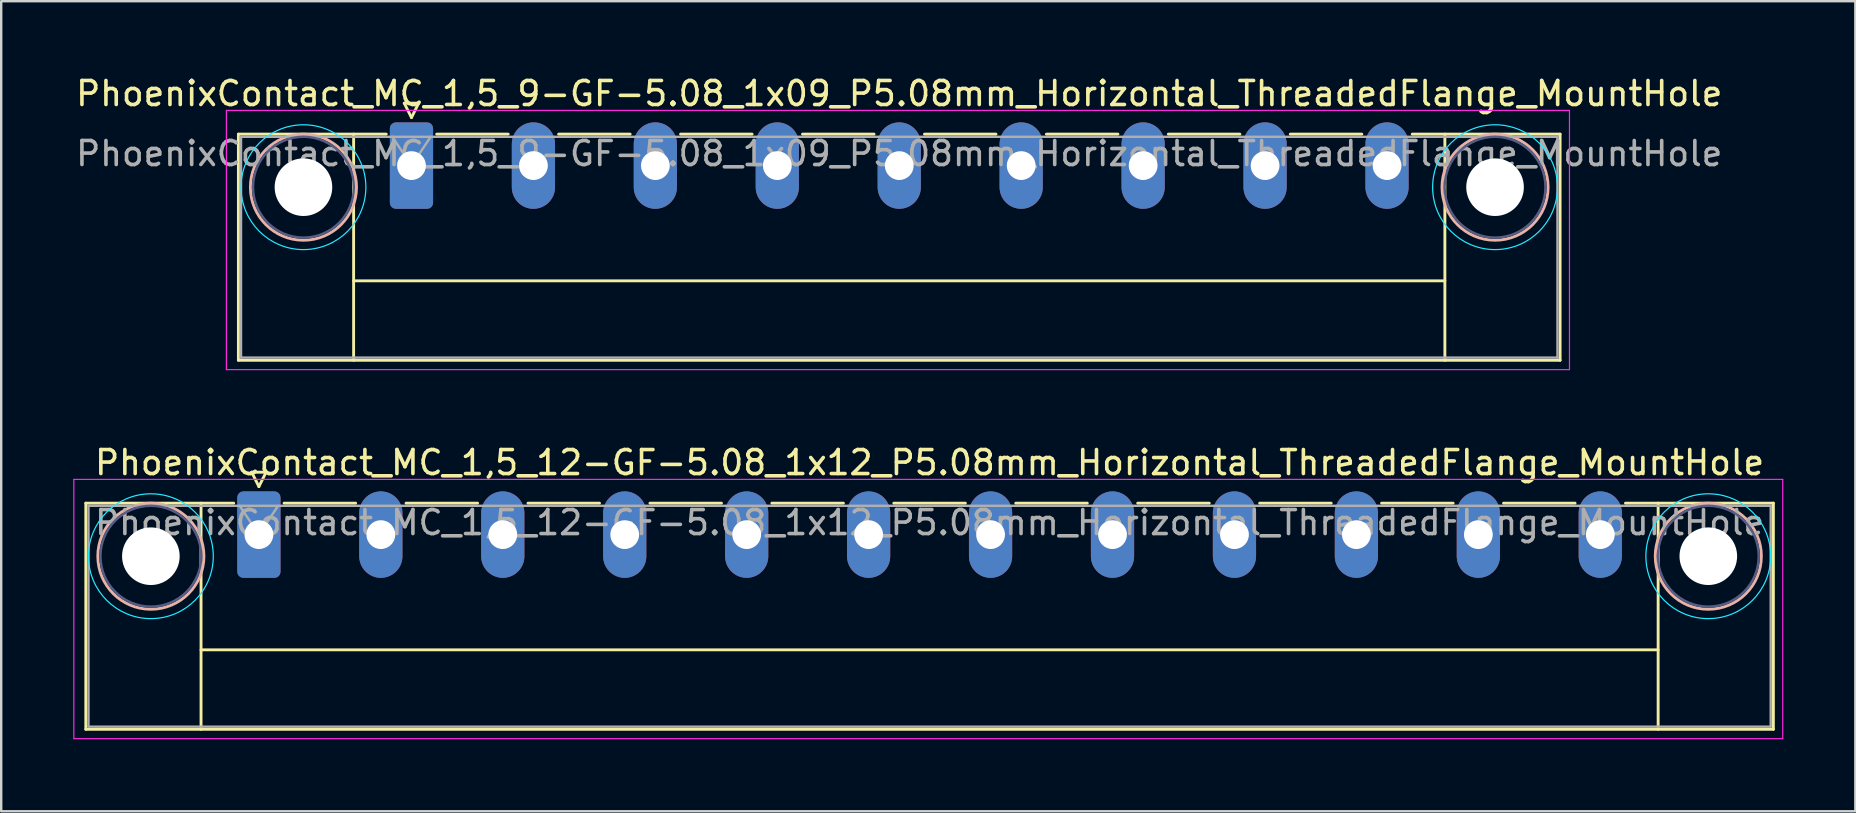
<source format=kicad_pcb>
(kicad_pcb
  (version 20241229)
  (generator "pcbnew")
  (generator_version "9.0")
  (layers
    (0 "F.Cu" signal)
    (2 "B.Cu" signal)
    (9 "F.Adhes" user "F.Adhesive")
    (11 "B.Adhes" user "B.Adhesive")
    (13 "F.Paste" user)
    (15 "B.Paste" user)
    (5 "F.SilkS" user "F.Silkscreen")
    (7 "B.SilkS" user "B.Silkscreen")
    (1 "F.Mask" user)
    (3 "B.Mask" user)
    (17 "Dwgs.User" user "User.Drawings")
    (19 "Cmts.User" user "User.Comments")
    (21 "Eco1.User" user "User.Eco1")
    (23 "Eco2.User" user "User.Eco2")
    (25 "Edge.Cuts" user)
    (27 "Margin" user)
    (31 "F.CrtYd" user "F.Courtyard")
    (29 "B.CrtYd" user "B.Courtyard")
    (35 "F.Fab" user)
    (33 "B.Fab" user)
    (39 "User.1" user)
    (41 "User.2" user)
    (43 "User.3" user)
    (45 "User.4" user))
  (footprint "PhoenixContact_MC_1,5_12-GF-5.08_1x12_P5.08mm_Horizontal_ThreadedFlange_MountHole"
    (layer "F.Cu")
    (at 7.735 19.221)
    (property "Reference" "PhoenixContact_MC_1,5_12-GF-5.08_1x12_P5.08mm_Horizontal_ThreadedFlange_MountHole" (at 27.94 -3 0) (layer "F.SilkS") (effects (font (size 1 1) (thickness 0.15))))
    (attr through_hole)
    (fp_line (start -7.21 -1.31) (end -7.21 8.11) (stroke (width 0.12) (type solid)) (layer "F.SilkS"))
    (fp_line (start -7.21 -1.31) (end -1.05 -1.31) (stroke (width 0.12) (type solid)) (layer "F.SilkS"))
    (fp_line (start -7.21 8.11) (end 63.09 8.11) (stroke (width 0.12) (type solid)) (layer "F.SilkS"))
    (fp_line (start -2.41 -1.31) (end -2.41 8.11) (stroke (width 0.12) (type solid)) (layer "F.SilkS"))
    (fp_line (start -2.41 4.8) (end 58.29 4.8) (stroke (width 0.12) (type solid)) (layer "F.SilkS"))
    (fp_line (start -0.3 -2.6) (end 0.3 -2.6) (stroke (width 0.12) (type solid)) (layer "F.SilkS"))
    (fp_line (start 0 -2) (end -0.3 -2.6) (stroke (width 0.12) (type solid)) (layer "F.SilkS"))
    (fp_line (start 0.3 -2.6) (end 0 -2) (stroke (width 0.12) (type solid)) (layer "F.SilkS"))
    (fp_line (start 1.05 -1.31) (end 4.03 -1.31) (stroke (width 0.12) (type solid)) (layer "F.SilkS"))
    (fp_line (start 6.13 -1.31) (end 9.11 -1.31) (stroke (width 0.12) (type solid)) (layer "F.SilkS"))
    (fp_line (start 11.21 -1.31) (end 14.19 -1.31) (stroke (width 0.12) (type solid)) (layer "F.SilkS"))
    (fp_line (start 16.29 -1.31) (end 19.27 -1.31) (stroke (width 0.12) (type solid)) (layer "F.SilkS"))
    (fp_line (start 21.37 -1.31) (end 24.35 -1.31) (stroke (width 0.12) (type solid)) (layer "F.SilkS"))
    (fp_line (start 26.45 -1.31) (end 29.43 -1.31) (stroke (width 0.12) (type solid)) (layer "F.SilkS"))
    (fp_line (start 31.53 -1.31) (end 34.51 -1.31) (stroke (width 0.12) (type solid)) (layer "F.SilkS"))
    (fp_line (start 36.61 -1.31) (end 39.59 -1.31) (stroke (width 0.12) (type solid)) (layer "F.SilkS"))
    (fp_line (start 41.69 -1.31) (end 44.67 -1.31) (stroke (width 0.12) (type solid)) (layer "F.SilkS"))
    (fp_line (start 46.77 -1.31) (end 49.75 -1.31) (stroke (width 0.12) (type solid)) (layer "F.SilkS"))
    (fp_line (start 51.85 -1.31) (end 54.83 -1.31) (stroke (width 0.12) (type solid)) (layer "F.SilkS"))
    (fp_line (start 58.29 -1.31) (end 58.29 8.11) (stroke (width 0.12) (type solid)) (layer "F.SilkS"))
    (fp_line (start 63.09 -1.31) (end 56.93 -1.31) (stroke (width 0.12) (type solid)) (layer "F.SilkS"))
    (fp_line (start 63.09 8.11) (end 63.09 -1.31) (stroke (width 0.12) (type solid)) (layer "F.SilkS"))
    (fp_circle (center -4.5 0.9) (end -2.29 0.9) (stroke (width 0.12) (type solid)) (fill no) (layer "B.SilkS"))
    (fp_circle (center 60.38 0.9) (end 62.59 0.9) (stroke (width 0.12) (type solid)) (fill no) (layer "B.SilkS"))
    (fp_circle (center -4.5 0.9) (end -1.9 0.9) (stroke (width 0.05) (type solid)) (fill no) (layer "B.CrtYd"))
    (fp_circle (center 60.38 0.9) (end 62.98 0.9) (stroke (width 0.05) (type solid)) (fill no) (layer "B.CrtYd"))
    (fp_line (start -7.71 -2.3) (end -7.71 8.5) (stroke (width 0.05) (type solid)) (layer "F.CrtYd"))
    (fp_line (start -7.71 8.5) (end 63.48 8.5) (stroke (width 0.05) (type solid)) (layer "F.CrtYd"))
    (fp_line (start 63.48 -2.3) (end -7.71 -2.3) (stroke (width 0.05) (type solid)) (layer "F.CrtYd"))
    (fp_line (start 63.48 8.5) (end 63.48 -2.3) (stroke (width 0.05) (type solid)) (layer "F.CrtYd"))
    (fp_circle (center -4.5 0.9) (end -2.4 0.9) (stroke (width 0.1) (type solid)) (fill no) (layer "B.Fab"))
    (fp_circle (center 60.38 0.9) (end 62.48 0.9) (stroke (width 0.1) (type solid)) (fill no) (layer "B.Fab"))
    (fp_line (start -7.1 -1.2) (end -7.1 8) (stroke (width 0.1) (type solid)) (layer "F.Fab"))
    (fp_line (start -7.1 8) (end 62.98 8) (stroke (width 0.1) (type solid)) (layer "F.Fab"))
    (fp_line (start 0 0) (end -0.8 -1.2) (stroke (width 0.1) (type solid)) (layer "F.Fab"))
    (fp_line (start 0.8 -1.2) (end 0 0) (stroke (width 0.1) (type solid)) (layer "F.Fab"))
    (fp_line (start 62.98 -1.2) (end -7.1 -1.2) (stroke (width 0.1) (type solid)) (layer "F.Fab"))
    (fp_line (start 62.98 8) (end 62.98 -1.2) (stroke (width 0.1) (type solid)) (layer "F.Fab"))
    (fp_text user "${REFERENCE}" (at 27.94 -0.5 0) (layer "F.Fab") (effects (font (size 1 1) (thickness 0.15))))
    (pad "" np_thru_hole circle (at -4.5 0.9) (size 2.4 2.4) (drill 2.4) (layers "*.Cu" "*.Mask"))
    (pad "" np_thru_hole circle (at 60.38 0.9) (size 2.4 2.4) (drill 2.4) (layers "*.Cu" "*.Mask"))
    (pad "1" thru_hole roundrect (at 0 0) (size 1.8 3.6) (drill 1.2) (layers "*.Cu" "*.Mask") (roundrect_rratio 0.139))
    (pad "2" thru_hole oval (at 5.08 0) (size 1.8 3.6) (drill 1.2) (layers "*.Cu" "*.Mask"))
    (pad "3" thru_hole oval (at 10.16 0) (size 1.8 3.6) (drill 1.2) (layers "*.Cu" "*.Mask"))
    (pad "4" thru_hole oval (at 15.24 0) (size 1.8 3.6) (drill 1.2) (layers "*.Cu" "*.Mask"))
    (pad "5" thru_hole oval (at 20.32 0) (size 1.8 3.6) (drill 1.2) (layers "*.Cu" "*.Mask"))
    (pad "6" thru_hole oval (at 25.4 0) (size 1.8 3.6) (drill 1.2) (layers "*.Cu" "*.Mask"))
    (pad "7" thru_hole oval (at 30.48 0) (size 1.8 3.6) (drill 1.2) (layers "*.Cu" "*.Mask"))
    (pad "8" thru_hole oval (at 35.56 0) (size 1.8 3.6) (drill 1.2) (layers "*.Cu" "*.Mask"))
    (pad "9" thru_hole oval (at 40.64 0) (size 1.8 3.6) (drill 1.2) (layers "*.Cu" "*.Mask"))
    (pad "10" thru_hole oval (at 45.72 0) (size 1.8 3.6) (drill 1.2) (layers "*.Cu" "*.Mask"))
    (pad "11" thru_hole oval (at 50.8 0) (size 1.8 3.6) (drill 1.2) (layers "*.Cu" "*.Mask"))
    (pad "12" thru_hole oval (at 55.88 0) (size 1.8 3.6) (drill 1.2) (layers "*.Cu" "*.Mask")))
  (footprint "PhoenixContact_MC_1,5_9-GF-5.08_1x09_P5.08mm_Horizontal_ThreadedFlange_MountHole"
    (layer "F.Cu")
    (at 14.091 3.848)
    (property "Reference" "PhoenixContact_MC_1,5_9-GF-5.08_1x09_P5.08mm_Horizontal_ThreadedFlange_MountHole" (at 20.32 -3 0) (layer "F.SilkS") (effects (font (size 1 1) (thickness 0.15))))
    (attr through_hole)
    (fp_line (start -7.21 -1.31) (end -7.21 8.11) (stroke (width 0.12) (type solid)) (layer "F.SilkS"))
    (fp_line (start -7.21 -1.31) (end -1.05 -1.31) (stroke (width 0.12) (type solid)) (layer "F.SilkS"))
    (fp_line (start -7.21 8.11) (end 47.85 8.11) (stroke (width 0.12) (type solid)) (layer "F.SilkS"))
    (fp_line (start -2.41 -1.31) (end -2.41 8.11) (stroke (width 0.12) (type solid)) (layer "F.SilkS"))
    (fp_line (start -2.41 4.8) (end 43.05 4.8) (stroke (width 0.12) (type solid)) (layer "F.SilkS"))
    (fp_line (start -0.3 -2.6) (end 0.3 -2.6) (stroke (width 0.12) (type solid)) (layer "F.SilkS"))
    (fp_line (start 0 -2) (end -0.3 -2.6) (stroke (width 0.12) (type solid)) (layer "F.SilkS"))
    (fp_line (start 0.3 -2.6) (end 0 -2) (stroke (width 0.12) (type solid)) (layer "F.SilkS"))
    (fp_line (start 1.05 -1.31) (end 4.03 -1.31) (stroke (width 0.12) (type solid)) (layer "F.SilkS"))
    (fp_line (start 6.13 -1.31) (end 9.11 -1.31) (stroke (width 0.12) (type solid)) (layer "F.SilkS"))
    (fp_line (start 11.21 -1.31) (end 14.19 -1.31) (stroke (width 0.12) (type solid)) (layer "F.SilkS"))
    (fp_line (start 16.29 -1.31) (end 19.27 -1.31) (stroke (width 0.12) (type solid)) (layer "F.SilkS"))
    (fp_line (start 21.37 -1.31) (end 24.35 -1.31) (stroke (width 0.12) (type solid)) (layer "F.SilkS"))
    (fp_line (start 26.45 -1.31) (end 29.43 -1.31) (stroke (width 0.12) (type solid)) (layer "F.SilkS"))
    (fp_line (start 31.53 -1.31) (end 34.51 -1.31) (stroke (width 0.12) (type solid)) (layer "F.SilkS"))
    (fp_line (start 36.61 -1.31) (end 39.59 -1.31) (stroke (width 0.12) (type solid)) (layer "F.SilkS"))
    (fp_line (start 43.05 -1.31) (end 43.05 8.11) (stroke (width 0.12) (type solid)) (layer "F.SilkS"))
    (fp_line (start 47.85 -1.31) (end 41.69 -1.31) (stroke (width 0.12) (type solid)) (layer "F.SilkS"))
    (fp_line (start 47.85 8.11) (end 47.85 -1.31) (stroke (width 0.12) (type solid)) (layer "F.SilkS"))
    (fp_circle (center -4.5 0.9) (end -2.29 0.9) (stroke (width 0.12) (type solid)) (fill no) (layer "B.SilkS"))
    (fp_circle (center 45.14 0.9) (end 47.35 0.9) (stroke (width 0.12) (type solid)) (fill no) (layer "B.SilkS"))
    (fp_circle (center -4.5 0.9) (end -1.9 0.9) (stroke (width 0.05) (type solid)) (fill no) (layer "B.CrtYd"))
    (fp_circle (center 45.14 0.9) (end 47.74 0.9) (stroke (width 0.05) (type solid)) (fill no) (layer "B.CrtYd"))
    (fp_line (start -7.71 -2.3) (end -7.71 8.5) (stroke (width 0.05) (type solid)) (layer "F.CrtYd"))
    (fp_line (start -7.71 8.5) (end 48.24 8.5) (stroke (width 0.05) (type solid)) (layer "F.CrtYd"))
    (fp_line (start 48.24 -2.3) (end -7.71 -2.3) (stroke (width 0.05) (type solid)) (layer "F.CrtYd"))
    (fp_line (start 48.24 8.5) (end 48.24 -2.3) (stroke (width 0.05) (type solid)) (layer "F.CrtYd"))
    (fp_circle (center -4.5 0.9) (end -2.4 0.9) (stroke (width 0.1) (type solid)) (fill no) (layer "B.Fab"))
    (fp_circle (center 45.14 0.9) (end 47.24 0.9) (stroke (width 0.1) (type solid)) (fill no) (layer "B.Fab"))
    (fp_line (start -7.1 -1.2) (end -7.1 8) (stroke (width 0.1) (type solid)) (layer "F.Fab"))
    (fp_line (start -7.1 8) (end 47.74 8) (stroke (width 0.1) (type solid)) (layer "F.Fab"))
    (fp_line (start 0 0) (end -0.8 -1.2) (stroke (width 0.1) (type solid)) (layer "F.Fab"))
    (fp_line (start 0.8 -1.2) (end 0 0) (stroke (width 0.1) (type solid)) (layer "F.Fab"))
    (fp_line (start 47.74 -1.2) (end -7.1 -1.2) (stroke (width 0.1) (type solid)) (layer "F.Fab"))
    (fp_line (start 47.74 8) (end 47.74 -1.2) (stroke (width 0.1) (type solid)) (layer "F.Fab"))
    (fp_text user "${REFERENCE}" (at 20.32 -0.5 0) (layer "F.Fab") (effects (font (size 1 1) (thickness 0.15))))
    (pad "" np_thru_hole circle (at -4.5 0.9) (size 2.4 2.4) (drill 2.4) (layers "*.Cu" "*.Mask"))
    (pad "" np_thru_hole circle (at 45.14 0.9) (size 2.4 2.4) (drill 2.4) (layers "*.Cu" "*.Mask"))
    (pad "1" thru_hole roundrect (at 0 0) (size 1.8 3.6) (drill 1.2) (layers "*.Cu" "*.Mask") (roundrect_rratio 0.139))
    (pad "2" thru_hole oval (at 5.08 0) (size 1.8 3.6) (drill 1.2) (layers "*.Cu" "*.Mask"))
    (pad "3" thru_hole oval (at 10.16 0) (size 1.8 3.6) (drill 1.2) (layers "*.Cu" "*.Mask"))
    (pad "4" thru_hole oval (at 15.24 0) (size 1.8 3.6) (drill 1.2) (layers "*.Cu" "*.Mask"))
    (pad "5" thru_hole oval (at 20.32 0) (size 1.8 3.6) (drill 1.2) (layers "*.Cu" "*.Mask"))
    (pad "6" thru_hole oval (at 25.4 0) (size 1.8 3.6) (drill 1.2) (layers "*.Cu" "*.Mask"))
    (pad "7" thru_hole oval (at 30.48 0) (size 1.8 3.6) (drill 1.2) (layers "*.Cu" "*.Mask"))
    (pad "8" thru_hole oval (at 35.56 0) (size 1.8 3.6) (drill 1.2) (layers "*.Cu" "*.Mask"))
    (pad "9" thru_hole oval (at 40.64 0) (size 1.8 3.6) (drill 1.2) (layers "*.Cu" "*.Mask")))
  (gr_rect
    (start -3 -3)
    (end 74.24 30.747)
    (stroke (width 0.1) (type default))
    (fill no)
    (layer "Edge.Cuts")))
</source>
